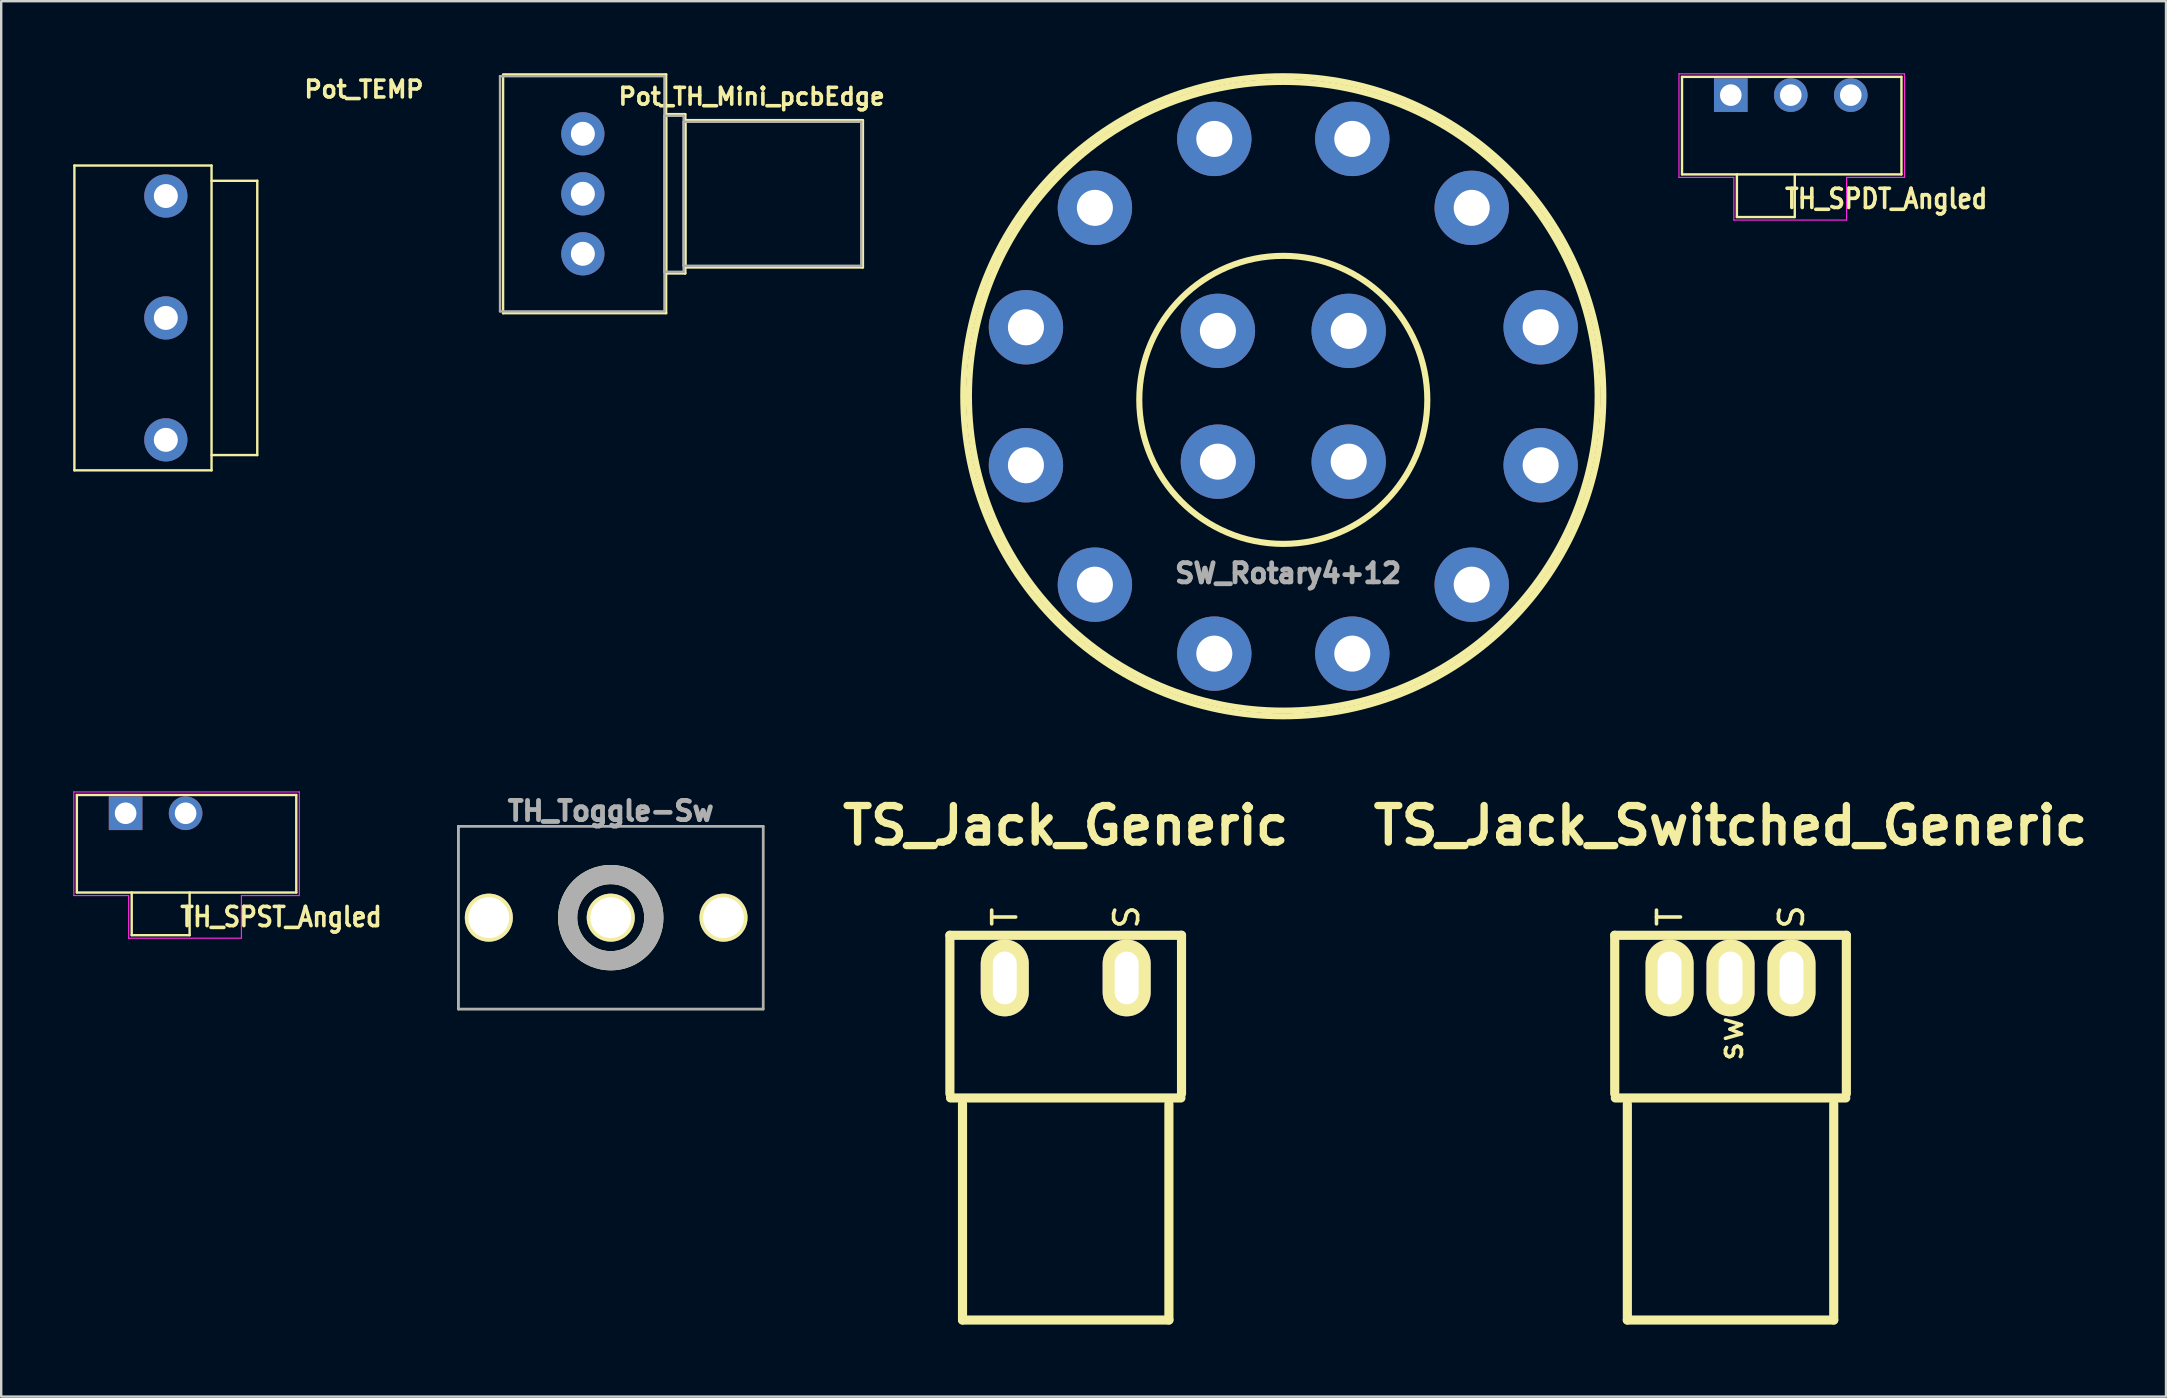
<source format=kicad_pcb>
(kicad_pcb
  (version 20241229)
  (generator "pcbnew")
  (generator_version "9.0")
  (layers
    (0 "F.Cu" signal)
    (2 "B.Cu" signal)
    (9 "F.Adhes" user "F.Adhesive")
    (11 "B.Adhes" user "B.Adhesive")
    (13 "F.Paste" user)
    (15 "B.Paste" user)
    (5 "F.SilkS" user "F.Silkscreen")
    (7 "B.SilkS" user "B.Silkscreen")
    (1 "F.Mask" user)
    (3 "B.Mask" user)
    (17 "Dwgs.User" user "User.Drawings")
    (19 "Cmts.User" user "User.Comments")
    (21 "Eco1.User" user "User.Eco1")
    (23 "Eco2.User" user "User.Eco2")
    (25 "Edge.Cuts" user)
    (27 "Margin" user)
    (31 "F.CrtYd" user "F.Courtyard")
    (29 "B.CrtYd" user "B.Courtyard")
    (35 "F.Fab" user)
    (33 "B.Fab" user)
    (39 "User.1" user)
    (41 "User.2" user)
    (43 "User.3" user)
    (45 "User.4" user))
  (footprint "SW_Rotary4+12"
    (layer "F.Cu")
    (at 50.424 13.462)
    (property "Reference" "SW_Rotary4+12" (at 0.2 7.375 0) (layer "F.Fab") (effects (font (size 0.8 0.8) (thickness 0.2))))
    (attr through_hole)
    (fp_circle (center 0 0) (end 13.099 0) (stroke (width 0.254) (type solid)) (fill no) (layer "F.SilkS"))
    (fp_circle (center 0 0) (end 13.335 0) (stroke (width 0.254) (type solid)) (fill no) (layer "F.SilkS"))
    (fp_circle (center 0 0.15) (end 6.001 0.15) (stroke (width 0.254) (type solid)) (fill no) (layer "F.SilkS"))
    (pad "1" thru_hole circle (at -2.875 10.724) (size 3.099 3.099) (drill 1.501) (layers "*.Cu" "*.Mask"))
    (pad "2" thru_hole circle (at -7.851 7.851) (size 3.099 3.099) (drill 1.501) (layers "*.Cu" "*.Mask"))
    (pad "3" thru_hole circle (at -10.724 2.875) (size 3.099 3.099) (drill 1.501) (layers "*.Cu" "*.Mask"))
    (pad "4" thru_hole circle (at -10.724 -2.875) (size 3.099 3.099) (drill 1.501) (layers "*.Cu" "*.Mask"))
    (pad "5" thru_hole circle (at -7.851 -7.851) (size 3.099 3.099) (drill 1.501) (layers "*.Cu" "*.Mask"))
    (pad "6" thru_hole circle (at -2.875 -10.724) (size 3.099 3.099) (drill 1.501) (layers "*.Cu" "*.Mask"))
    (pad "7" thru_hole circle (at 2.875 -10.724) (size 3.099 3.099) (drill 1.501) (layers "*.Cu" "*.Mask"))
    (pad "8" thru_hole circle (at 7.851 -7.851) (size 3.099 3.099) (drill 1.501) (layers "*.Cu" "*.Mask"))
    (pad "9" thru_hole circle (at 10.724 -2.875) (size 3.099 3.099) (drill 1.501) (layers "*.Cu" "*.Mask"))
    (pad "10" thru_hole circle (at 10.724 2.875) (size 3.099 3.099) (drill 1.501) (layers "*.Cu" "*.Mask"))
    (pad "11" thru_hole circle (at 7.851 7.851) (size 3.099 3.099) (drill 1.501) (layers "*.Cu" "*.Mask"))
    (pad "12" thru_hole circle (at 2.875 10.724) (size 3.099 3.099) (drill 1.501) (layers "*.Cu" "*.Mask"))
    (pad "13" thru_hole circle (at -2.725 2.725) (size 3.099 3.099) (drill 1.501) (layers "*.Cu" "*.Mask"))
    (pad "14" thru_hole circle (at 2.725 2.725) (size 3.099 3.099) (drill 1.501) (layers "*.Cu" "*.Mask"))
    (pad "15" thru_hole circle (at -2.725 -2.725) (size 3.099 3.099) (drill 1.501) (layers "*.Cu" "*.Mask"))
    (pad "16" thru_hole circle (at 2.725 -2.725) (size 3.099 3.099) (drill 1.501) (layers "*.Cu" "*.Mask")))
  (footprint "TS_Jack_Switched_Generic"
    (layer "F.Cu")
    (at 69.06 42.78)
    (property "Reference" "TS_Jack_Switched_Generic" (at 0 -11.43 0) (layer "F.SilkS") (effects (font (size 1.524 1.524) (thickness 0.305))))
    (attr through_hole)
    (fp_line (start -4.826 -6.858) (end -4.826 -0.254) (stroke (width 0.381) (type solid)) (layer "F.SilkS"))
    (fp_line (start -4.3 0.175) (end -4.3 9.174) (stroke (width 0.381) (type solid)) (layer "F.SilkS"))
    (fp_line (start -4.3 9.174) (end 4.3 9.174) (stroke (width 0.381) (type solid)) (layer "F.SilkS"))
    (fp_line (start 4.3 9.174) (end 4.3 0.175) (stroke (width 0.381) (type solid)) (layer "F.SilkS"))
    (fp_line (start 4.801 -0.079) (end -4.801 -0.079) (stroke (width 0.381) (type solid)) (layer "F.SilkS"))
    (fp_line (start 4.826 -6.858) (end -4.826 -6.858) (stroke (width 0.381) (type solid)) (layer "F.SilkS"))
    (fp_line (start 4.826 -6.858) (end 4.826 -0.254) (stroke (width 0.381) (type solid)) (layer "F.SilkS"))
    (fp_text user "T" (at -2.54 -7.62 90) (layer "F.SilkS") (effects (font (size 1 1) (thickness 0.15))))
    (fp_text user "S" (at 2.54 -7.62 90) (layer "F.SilkS") (effects (font (size 1 1) (thickness 0.15))))
    (fp_text user "sw" (at 0 -2.54 90) (layer "F.SilkS") (effects (font (size 1 1) (thickness 0.15))))
    (pad "1" thru_hole oval (at -2.54 -5.08 90) (size 3.198 1.999) (drill oval 2.197 0.996) (layers "*.Cu" "*.Mask" "F.SilkS"))
    (pad "2" thru_hole oval (at 2.54 -5.08) (size 1.999 3.198) (drill oval 0.996 2.197) (layers "*.Cu" "*.Mask" "F.SilkS"))
    (pad "3" thru_hole oval (at 0 -5.08) (size 1.999 3.198) (drill oval 0.996 2.197) (layers "*.Cu" "*.Mask" "F.SilkS")))
  (footprint "TS_Jack_Generic"
    (layer "F.Cu")
    (at 41.357 42.78)
    (property "Reference" "TS_Jack_Generic" (at 0 -11.43 0) (layer "F.SilkS") (effects (font (size 1.524 1.524) (thickness 0.305))))
    (attr through_hole)
    (fp_line (start -4.826 -6.858) (end -4.826 -0.254) (stroke (width 0.381) (type solid)) (layer "F.SilkS"))
    (fp_line (start -4.3 0.175) (end -4.3 9.174) (stroke (width 0.381) (type solid)) (layer "F.SilkS"))
    (fp_line (start -4.3 9.174) (end 4.3 9.174) (stroke (width 0.381) (type solid)) (layer "F.SilkS"))
    (fp_line (start 4.3 9.174) (end 4.3 0.175) (stroke (width 0.381) (type solid)) (layer "F.SilkS"))
    (fp_line (start 4.801 -0.079) (end -4.801 -0.079) (stroke (width 0.381) (type solid)) (layer "F.SilkS"))
    (fp_line (start 4.826 -6.858) (end -4.826 -6.858) (stroke (width 0.381) (type solid)) (layer "F.SilkS"))
    (fp_line (start 4.826 -6.858) (end 4.826 -0.254) (stroke (width 0.381) (type solid)) (layer "F.SilkS"))
    (fp_text user "S" (at 2.54 -7.62 90) (layer "F.SilkS") (effects (font (size 1 1) (thickness 0.15))))
    (fp_text user "T" (at -2.54 -7.62 90) (layer "F.SilkS") (effects (font (size 1 1) (thickness 0.15))))
    (pad "1" thru_hole oval (at -2.54 -5.08 90) (size 3.198 1.999) (drill oval 2.197 0.996) (layers "*.Cu" "*.Mask" "F.SilkS"))
    (pad "2" thru_hole oval (at 2.54 -5.08) (size 1.999 3.198) (drill oval 0.996 2.197) (layers "*.Cu" "*.Mask" "F.SilkS")))
  (footprint "Pot_TEMP"
    (layer "F.Cu")
    (at 3.86 15.278)
    (property "Reference" "Pot_TEMP" (at 8.255 -14.605 0) (layer "F.SilkS") (effects (font (size 0.7 0.7) (thickness 0.15))))
    (attr through_hole)
    (fp_line (start -3.81 -11.43) (end 1.905 -11.43) (stroke (width 0.1) (type solid)) (layer "F.SilkS"))
    (fp_line (start -3.81 1.27) (end -3.81 -11.43) (stroke (width 0.1) (type solid)) (layer "F.SilkS"))
    (fp_line (start -3.81 1.27) (end 1.905 1.27) (stroke (width 0.1) (type solid)) (layer "F.SilkS"))
    (fp_line (start 1.905 -11.43) (end 1.905 1.27) (stroke (width 0.1) (type solid)) (layer "F.SilkS"))
    (fp_line (start 1.905 -10.795) (end 3.81 -10.795) (stroke (width 0.1) (type solid)) (layer "F.SilkS"))
    (fp_line (start 3.81 -10.795) (end 3.81 0.635) (stroke (width 0.1) (type solid)) (layer "F.SilkS"))
    (fp_line (start 3.81 0.635) (end 1.905 0.635) (stroke (width 0.1) (type solid)) (layer "F.SilkS"))
    (pad "1" thru_hole circle (at 0 0) (size 1.8 1.8) (drill 1) (layers "*.Cu" "*.Mask"))
    (pad "2" thru_hole circle (at 0 -5.08) (size 1.8 1.8) (drill 1) (layers "*.Cu" "*.Mask"))
    (pad "3" thru_hole circle (at 0 -10.16) (size 1.8 1.8) (drill 1) (layers "*.Cu" "*.Mask")))
  (footprint "TH_SPDT_Angled"
    (layer "F.Cu")
    (at 69.07 0.914)
    (property "Reference" "TH_SPDT_Angled" (at 6.477 4.318 0) (layer "F.SilkS") (effects (font (size 0.8 0.7) (thickness 0.15))))
    (attr through_hole)
    (fp_line (start -2.032 -0.762) (end -2.032 3.302) (stroke (width 0.1) (type solid)) (layer "F.SilkS"))
    (fp_line (start -2.032 3.302) (end 7.112 3.302) (stroke (width 0.1) (type solid)) (layer "F.SilkS"))
    (fp_line (start 0.254 3.302) (end 0.254 5.08) (stroke (width 0.1) (type solid)) (layer "F.SilkS"))
    (fp_line (start 0.254 5.08) (end 2.667 5.08) (stroke (width 0.1) (type solid)) (layer "F.SilkS"))
    (fp_line (start 2.667 5.08) (end 2.667 3.302) (stroke (width 0.1) (type solid)) (layer "F.SilkS"))
    (fp_line (start 7.112 -0.762) (end -2.032 -0.762) (stroke (width 0.1) (type solid)) (layer "F.SilkS"))
    (fp_line (start 7.112 -0.762) (end 7.112 3.302) (stroke (width 0.1) (type solid)) (layer "F.SilkS"))
    (fp_line (start -2.159 -0.889) (end -2.159 3.429) (stroke (width 0.05) (type solid)) (layer "F.CrtYd"))
    (fp_line (start 0.127 3.429) (end -2.159 3.429) (stroke (width 0.05) (type solid)) (layer "F.CrtYd"))
    (fp_line (start 0.127 3.429) (end 0.127 5.207) (stroke (width 0.05) (type solid)) (layer "F.CrtYd"))
    (fp_line (start 0.127 5.207) (end 4.826 5.207) (stroke (width 0.05) (type solid)) (layer "F.CrtYd"))
    (fp_line (start 4.826 3.429) (end 7.239 3.429) (stroke (width 0.05) (type solid)) (layer "F.CrtYd"))
    (fp_line (start 4.826 5.207) (end 4.826 3.429) (stroke (width 0.05) (type solid)) (layer "F.CrtYd"))
    (fp_line (start 7.239 -0.889) (end -2.159 -0.889) (stroke (width 0.05) (type solid)) (layer "F.CrtYd"))
    (fp_line (start 7.239 -0.889) (end 7.239 3.429) (stroke (width 0.05) (type solid)) (layer "F.CrtYd"))
    (pad "1" thru_hole rect (at 0 0) (size 1.4 1.4) (drill 0.9) (layers "*.Cu" "*.Mask"))
    (pad "2" thru_hole circle (at 2.5 0) (size 1.4 1.4) (drill 0.9) (layers "*.Cu" "*.Mask"))
    (pad "3" thru_hole circle (at 5 0) (size 1.4 1.4) (drill 0.9) (layers "*.Cu" "*.Mask")))
  (footprint "Pot_TH_Mini_pcbEdge"
    (layer "F.Cu")
    (at 21.237 7.526)
    (property "Reference" "Pot_TH_Mini_pcbEdge" (at 7.036 -6.553 0) (layer "F.SilkS") (effects (font (size 0.7 0.7) (thickness 0.15))))
    (attr through_hole)
    (fp_line (start -3.324 -7.425) (end -3.324 2.475) (stroke (width 0.1) (type solid)) (layer "F.SilkS"))
    (fp_line (start -3.324 2.476) (end 3.476 2.476) (stroke (width 0.1) (type solid)) (layer "F.SilkS"))
    (fp_line (start 3.46 -7.461) (end 3.46 2.46) (stroke (width 0.12) (type solid)) (layer "F.SilkS"))
    (fp_line (start 3.46 -5.81) (end 3.46 0.81) (stroke (width 0.12) (type solid)) (layer "F.SilkS"))
    (fp_line (start 3.46 -5.81) (end 4.26 -5.81) (stroke (width 0.12) (type solid)) (layer "F.SilkS"))
    (fp_line (start 3.46 0.81) (end 4.26 0.81) (stroke (width 0.12) (type solid)) (layer "F.SilkS"))
    (fp_line (start 3.476 -7.476) (end -3.324 -7.476) (stroke (width 0.1) (type solid)) (layer "F.SilkS"))
    (fp_line (start 4.26 -5.81) (end 4.26 0.81) (stroke (width 0.12) (type solid)) (layer "F.SilkS"))
    (fp_line (start 4.26 -5.56) (end 4.26 0.56) (stroke (width 0.12) (type solid)) (layer "F.SilkS"))
    (fp_line (start 4.26 -5.56) (end 11.66 -5.56) (stroke (width 0.12) (type solid)) (layer "F.SilkS"))
    (fp_line (start 4.26 0.56) (end 11.66 0.56) (stroke (width 0.12) (type solid)) (layer "F.SilkS"))
    (fp_line (start 11.66 -5.56) (end 11.66 0.56) (stroke (width 0.12) (type solid)) (layer "F.SilkS"))
    (fp_line (start -3.451 -7.4) (end -3.451 2.4) (stroke (width 0.1) (type solid)) (layer "F.Fab"))
    (fp_line (start -3.451 2.4) (end 3.349 2.4) (stroke (width 0.1) (type solid)) (layer "F.Fab"))
    (fp_line (start 3.349 -7.4) (end -3.451 -7.4) (stroke (width 0.1) (type solid)) (layer "F.Fab"))
    (fp_line (start 3.4 -5.75) (end 3.4 0.75) (stroke (width 0.1) (type solid)) (layer "F.Fab"))
    (fp_line (start 3.4 0.75) (end 4.2 0.75) (stroke (width 0.1) (type solid)) (layer "F.Fab"))
    (fp_line (start 3.4 2.4) (end 3.4 -7.4) (stroke (width 0.1) (type solid)) (layer "F.Fab"))
    (fp_line (start 4.2 -5.75) (end 3.4 -5.75) (stroke (width 0.1) (type solid)) (layer "F.Fab"))
    (fp_line (start 4.2 -5.5) (end 4.2 0.5) (stroke (width 0.1) (type solid)) (layer "F.Fab"))
    (fp_line (start 4.2 0.5) (end 11.6 0.5) (stroke (width 0.1) (type solid)) (layer "F.Fab"))
    (fp_line (start 4.2 0.75) (end 4.2 -5.75) (stroke (width 0.1) (type solid)) (layer "F.Fab"))
    (fp_line (start 11.6 -5.5) (end 4.2 -5.5) (stroke (width 0.1) (type solid)) (layer "F.Fab"))
    (fp_line (start 11.6 0.5) (end 11.6 -5.5) (stroke (width 0.1) (type solid)) (layer "F.Fab"))
    (pad "1" thru_hole circle (at 0 0) (size 1.8 1.8) (drill 1) (layers "*.Cu" "*.Mask"))
    (pad "2" thru_hole circle (at 0 -2.5) (size 1.8 1.8) (drill 1) (layers "*.Cu" "*.Mask"))
    (pad "3" thru_hole circle (at 0 -5) (size 1.8 1.8) (drill 1) (layers "*.Cu" "*.Mask")))
  (footprint "TH_Toggle-Sw"
    (layer "F.Cu")
    (at 22.399 35.188)
    (property "Reference" "TH_Toggle-Sw" (at 0 -4.445 0) (layer "F.Fab") (effects (font (size 0.8 0.8) (thickness 0.2))))
    (attr through_hole)
    (fp_line (start -6.35 -3.81) (end -6.35 3.81) (stroke (width 0.1) (type solid)) (layer "F.SilkS"))
    (fp_line (start -6.35 -3.81) (end 6.35 -3.81) (stroke (width 0.1) (type solid)) (layer "F.SilkS"))
    (fp_line (start 6.35 -3.81) (end 6.35 3.81) (stroke (width 0.1) (type solid)) (layer "F.SilkS"))
    (fp_line (start 6.35 3.81) (end -6.35 3.81) (stroke (width 0.1) (type solid)) (layer "F.SilkS"))
    (fp_circle (center 0 0) (end 1.27 1.27) (stroke (width 0.8) (type solid)) (fill no) (layer "F.SilkS"))
    (fp_line (start -6.35 -3.81) (end -6.35 3.81) (stroke (width 0.1) (type solid)) (layer "F.Fab"))
    (fp_line (start -6.35 -3.81) (end 6.35 -3.81) (stroke (width 0.1) (type solid)) (layer "F.Fab"))
    (fp_line (start 6.35 -3.81) (end 6.35 3.81) (stroke (width 0.1) (type solid)) (layer "F.Fab"))
    (fp_line (start 6.35 3.81) (end -6.35 3.81) (stroke (width 0.1) (type solid)) (layer "F.Fab"))
    (fp_circle (center 0 0) (end 1.27 1.27) (stroke (width 0.8) (type solid)) (fill no) (layer "F.Fab"))
    (pad "1" thru_hole circle (at -5.08 0) (size 2 2) (drill 1.7) (layers "*.Cu" "*.Mask" "F.SilkS"))
    (pad "2" thru_hole circle (at 0 0) (size 2 2) (drill 1.7) (layers "*.Cu" "*.Mask" "F.SilkS"))
    (pad "3" thru_hole circle (at 4.699 0) (size 2 2) (drill 1.7) (layers "*.Cu" "*.Mask" "F.SilkS")))
  (footprint "TH_SPST_Angled"
    (layer "F.Cu")
    (at 2.184 30.838)
    (property "Reference" "TH_SPST_Angled" (at 6.477 4.318 0) (layer "F.SilkS") (effects (font (size 0.8 0.7) (thickness 0.15))))
    (attr through_hole)
    (fp_line (start -2.032 -0.762) (end -2.032 3.302) (stroke (width 0.1) (type solid)) (layer "F.SilkS"))
    (fp_line (start -2.032 3.302) (end 7.112 3.302) (stroke (width 0.1) (type solid)) (layer "F.SilkS"))
    (fp_line (start 0.254 3.302) (end 0.254 5.08) (stroke (width 0.1) (type solid)) (layer "F.SilkS"))
    (fp_line (start 0.254 5.08) (end 2.667 5.08) (stroke (width 0.1) (type solid)) (layer "F.SilkS"))
    (fp_line (start 2.667 5.08) (end 2.667 3.302) (stroke (width 0.1) (type solid)) (layer "F.SilkS"))
    (fp_line (start 7.112 -0.762) (end -2.032 -0.762) (stroke (width 0.1) (type solid)) (layer "F.SilkS"))
    (fp_line (start 7.112 -0.762) (end 7.112 3.302) (stroke (width 0.1) (type solid)) (layer "F.SilkS"))
    (fp_line (start -2.159 -0.889) (end -2.159 3.429) (stroke (width 0.05) (type solid)) (layer "F.CrtYd"))
    (fp_line (start 0.127 3.429) (end -2.159 3.429) (stroke (width 0.05) (type solid)) (layer "F.CrtYd"))
    (fp_line (start 0.127 3.429) (end 0.127 5.207) (stroke (width 0.05) (type solid)) (layer "F.CrtYd"))
    (fp_line (start 0.127 5.207) (end 4.826 5.207) (stroke (width 0.05) (type solid)) (layer "F.CrtYd"))
    (fp_line (start 4.826 3.429) (end 7.239 3.429) (stroke (width 0.05) (type solid)) (layer "F.CrtYd"))
    (fp_line (start 4.826 5.207) (end 4.826 3.429) (stroke (width 0.05) (type solid)) (layer "F.CrtYd"))
    (fp_line (start 7.239 -0.889) (end -2.159 -0.889) (stroke (width 0.05) (type solid)) (layer "F.CrtYd"))
    (fp_line (start 7.239 -0.889) (end 7.239 3.429) (stroke (width 0.05) (type solid)) (layer "F.CrtYd"))
    (pad "1" thru_hole rect (at 0 0) (size 1.4 1.4) (drill 0.9) (layers "*.Cu" "*.Mask"))
    (pad "2" thru_hole circle (at 2.5 0) (size 1.4 1.4) (drill 0.9) (layers "*.Cu" "*.Mask")))
  (gr_rect
    (start -3 -3)
    (end 87.206 55.145)
    (stroke (width 0.1) (type default))
    (fill no)
    (layer "Edge.Cuts")))
</source>
